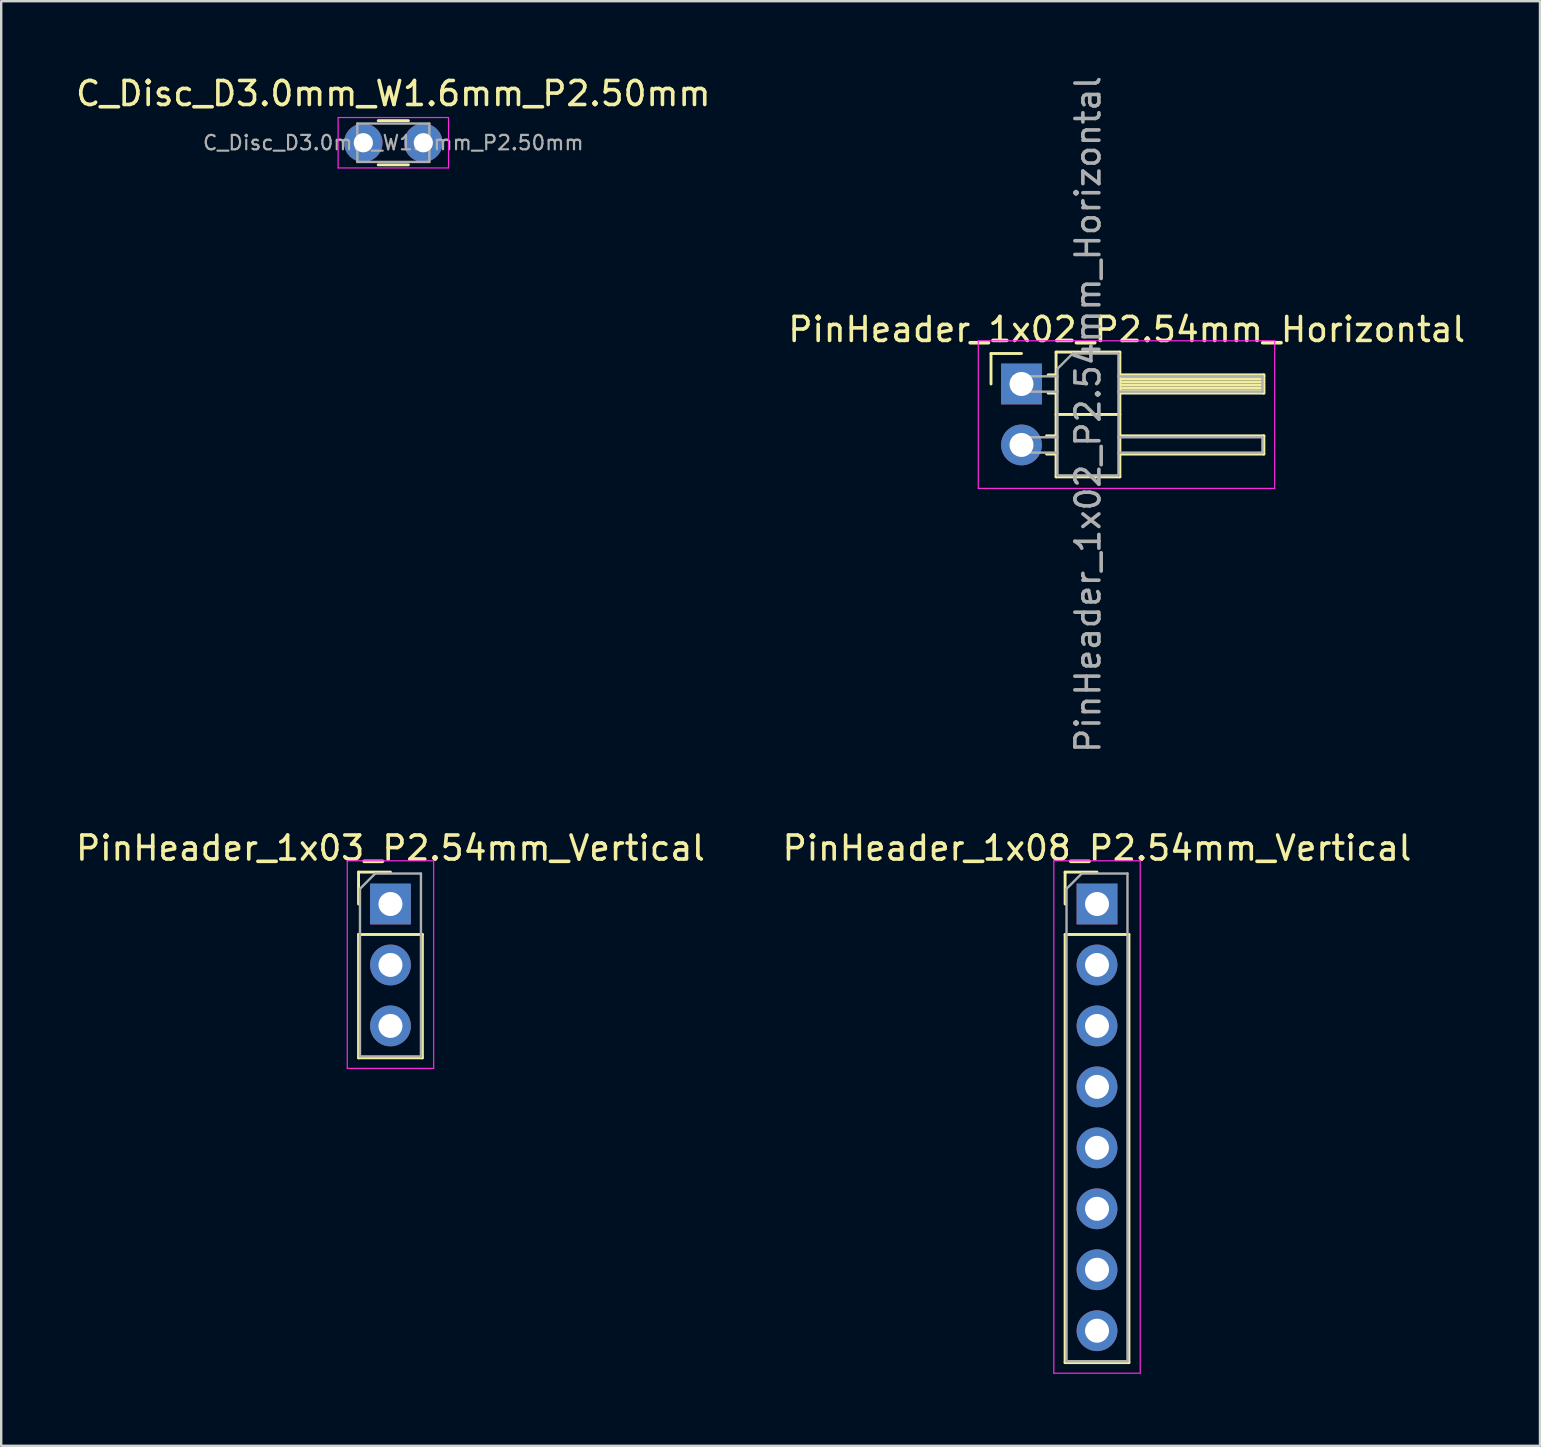
<source format=kicad_pcb>
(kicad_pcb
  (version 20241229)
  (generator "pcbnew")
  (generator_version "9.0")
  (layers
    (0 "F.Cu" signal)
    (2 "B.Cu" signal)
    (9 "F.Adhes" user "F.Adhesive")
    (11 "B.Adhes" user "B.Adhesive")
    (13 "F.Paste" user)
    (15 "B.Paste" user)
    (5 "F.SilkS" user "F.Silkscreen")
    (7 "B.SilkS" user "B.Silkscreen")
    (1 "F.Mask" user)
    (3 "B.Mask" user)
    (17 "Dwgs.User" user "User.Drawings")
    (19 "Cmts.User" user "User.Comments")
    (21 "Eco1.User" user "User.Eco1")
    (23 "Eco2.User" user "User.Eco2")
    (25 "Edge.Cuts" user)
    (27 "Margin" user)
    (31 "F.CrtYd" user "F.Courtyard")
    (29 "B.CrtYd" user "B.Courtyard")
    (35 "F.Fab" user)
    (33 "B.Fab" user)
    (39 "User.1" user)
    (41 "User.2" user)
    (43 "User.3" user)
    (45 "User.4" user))
  (footprint "PinHeader_1x08_P2.54mm_Vertical"
    (layer "F.Cu")
    (at 42.661 34.619)
    (property "Reference" "PinHeader_1x08_P2.54mm_Vertical" (at 0 -2.33 0) (layer "F.SilkS") (effects (font (size 1 1) (thickness 0.15))))
    (attr through_hole)
    (fp_line (start -1.33 -1.33) (end 0 -1.33) (stroke (width 0.12) (type solid)) (layer "F.SilkS"))
    (fp_line (start -1.33 0) (end -1.33 -1.33) (stroke (width 0.12) (type solid)) (layer "F.SilkS"))
    (fp_line (start -1.33 1.27) (end -1.33 19.11) (stroke (width 0.12) (type solid)) (layer "F.SilkS"))
    (fp_line (start -1.33 1.27) (end 1.33 1.27) (stroke (width 0.12) (type solid)) (layer "F.SilkS"))
    (fp_line (start -1.33 19.11) (end 1.33 19.11) (stroke (width 0.12) (type solid)) (layer "F.SilkS"))
    (fp_line (start 1.33 1.27) (end 1.33 19.11) (stroke (width 0.12) (type solid)) (layer "F.SilkS"))
    (fp_line (start -1.8 -1.8) (end -1.8 19.55) (stroke (width 0.05) (type solid)) (layer "F.CrtYd"))
    (fp_line (start -1.8 19.55) (end 1.8 19.55) (stroke (width 0.05) (type solid)) (layer "F.CrtYd"))
    (fp_line (start 1.8 -1.8) (end -1.8 -1.8) (stroke (width 0.05) (type solid)) (layer "F.CrtYd"))
    (fp_line (start 1.8 19.55) (end 1.8 -1.8) (stroke (width 0.05) (type solid)) (layer "F.CrtYd"))
    (fp_line (start -1.27 -0.635) (end -0.635 -1.27) (stroke (width 0.1) (type solid)) (layer "F.Fab"))
    (fp_line (start -1.27 19.05) (end -1.27 -0.635) (stroke (width 0.1) (type solid)) (layer "F.Fab"))
    (fp_line (start -0.635 -1.27) (end 1.27 -1.27) (stroke (width 0.1) (type solid)) (layer "F.Fab"))
    (fp_line (start 1.27 -1.27) (end 1.27 19.05) (stroke (width 0.1) (type solid)) (layer "F.Fab"))
    (fp_line (start 1.27 19.05) (end -1.27 19.05) (stroke (width 0.1) (type solid)) (layer "F.Fab"))
    (pad "1" thru_hole rect (at 0 0) (size 1.7 1.7) (drill 1) (layers "*.Cu" "*.Mask"))
    (pad "2" thru_hole oval (at 0 2.54) (size 1.7 1.7) (drill 1) (layers "*.Cu" "*.Mask"))
    (pad "3" thru_hole oval (at 0 5.08) (size 1.7 1.7) (drill 1) (layers "*.Cu" "*.Mask"))
    (pad "4" thru_hole oval (at 0 7.62) (size 1.7 1.7) (drill 1) (layers "*.Cu" "*.Mask"))
    (pad "5" thru_hole oval (at 0 10.16) (size 1.7 1.7) (drill 1) (layers "*.Cu" "*.Mask"))
    (pad "6" thru_hole oval (at 0 12.7) (size 1.7 1.7) (drill 1) (layers "*.Cu" "*.Mask"))
    (pad "7" thru_hole oval (at 0 15.24) (size 1.7 1.7) (drill 1) (layers "*.Cu" "*.Mask"))
    (pad "8" thru_hole oval (at 0 17.78) (size 1.7 1.7) (drill 1) (layers "*.Cu" "*.Mask")))
  (footprint "PinHeader_1x03_P2.54mm_Vertical"
    (layer "F.Cu")
    (at 13.22 34.619)
    (property "Reference" "PinHeader_1x03_P2.54mm_Vertical" (at 0 -2.33 0) (layer "F.SilkS") (effects (font (size 1 1) (thickness 0.15))))
    (attr through_hole)
    (fp_line (start -1.33 -1.33) (end 0 -1.33) (stroke (width 0.12) (type solid)) (layer "F.SilkS"))
    (fp_line (start -1.33 0) (end -1.33 -1.33) (stroke (width 0.12) (type solid)) (layer "F.SilkS"))
    (fp_line (start -1.33 1.27) (end -1.33 6.41) (stroke (width 0.12) (type solid)) (layer "F.SilkS"))
    (fp_line (start -1.33 1.27) (end 1.33 1.27) (stroke (width 0.12) (type solid)) (layer "F.SilkS"))
    (fp_line (start -1.33 6.41) (end 1.33 6.41) (stroke (width 0.12) (type solid)) (layer "F.SilkS"))
    (fp_line (start 1.33 1.27) (end 1.33 6.41) (stroke (width 0.12) (type solid)) (layer "F.SilkS"))
    (fp_line (start -1.8 -1.8) (end -1.8 6.85) (stroke (width 0.05) (type solid)) (layer "F.CrtYd"))
    (fp_line (start -1.8 6.85) (end 1.8 6.85) (stroke (width 0.05) (type solid)) (layer "F.CrtYd"))
    (fp_line (start 1.8 -1.8) (end -1.8 -1.8) (stroke (width 0.05) (type solid)) (layer "F.CrtYd"))
    (fp_line (start 1.8 6.85) (end 1.8 -1.8) (stroke (width 0.05) (type solid)) (layer "F.CrtYd"))
    (fp_line (start -1.27 -0.635) (end -0.635 -1.27) (stroke (width 0.1) (type solid)) (layer "F.Fab"))
    (fp_line (start -1.27 6.35) (end -1.27 -0.635) (stroke (width 0.1) (type solid)) (layer "F.Fab"))
    (fp_line (start -0.635 -1.27) (end 1.27 -1.27) (stroke (width 0.1) (type solid)) (layer "F.Fab"))
    (fp_line (start 1.27 -1.27) (end 1.27 6.35) (stroke (width 0.1) (type solid)) (layer "F.Fab"))
    (fp_line (start 1.27 6.35) (end -1.27 6.35) (stroke (width 0.1) (type solid)) (layer "F.Fab"))
    (pad "1" thru_hole rect (at 0 0) (size 1.7 1.7) (drill 1) (layers "*.Cu" "*.Mask"))
    (pad "2" thru_hole oval (at 0 2.54) (size 1.7 1.7) (drill 1) (layers "*.Cu" "*.Mask"))
    (pad "3" thru_hole oval (at 0 5.08) (size 1.7 1.7) (drill 1) (layers "*.Cu" "*.Mask")))
  (footprint "PinHeader_1x02_P2.54mm_Horizontal"
    (layer "F.Cu")
    (at 39.514 12.95)
    (property "Reference" "PinHeader_1x02_P2.54mm_Horizontal" (at 4.385 -2.27 0) (layer "F.SilkS") (effects (font (size 1 1) (thickness 0.15))))
    (attr through_hole)
    (fp_line (start -1.27 -1.27) (end 0 -1.27) (stroke (width 0.12) (type solid)) (layer "F.SilkS"))
    (fp_line (start -1.27 0) (end -1.27 -1.27) (stroke (width 0.12) (type solid)) (layer "F.SilkS"))
    (fp_line (start 1.043 2.16) (end 1.44 2.16) (stroke (width 0.12) (type solid)) (layer "F.SilkS"))
    (fp_line (start 1.043 2.92) (end 1.44 2.92) (stroke (width 0.12) (type solid)) (layer "F.SilkS"))
    (fp_line (start 1.11 -0.38) (end 1.44 -0.38) (stroke (width 0.12) (type solid)) (layer "F.SilkS"))
    (fp_line (start 1.11 0.38) (end 1.44 0.38) (stroke (width 0.12) (type solid)) (layer "F.SilkS"))
    (fp_line (start 1.44 -1.33) (end 1.44 3.87) (stroke (width 0.12) (type solid)) (layer "F.SilkS"))
    (fp_line (start 1.44 1.27) (end 4.1 1.27) (stroke (width 0.12) (type solid)) (layer "F.SilkS"))
    (fp_line (start 1.44 3.87) (end 4.1 3.87) (stroke (width 0.12) (type solid)) (layer "F.SilkS"))
    (fp_line (start 4.1 -1.33) (end 1.44 -1.33) (stroke (width 0.12) (type solid)) (layer "F.SilkS"))
    (fp_line (start 4.1 -0.38) (end 10.1 -0.38) (stroke (width 0.12) (type solid)) (layer "F.SilkS"))
    (fp_line (start 4.1 -0.32) (end 10.1 -0.32) (stroke (width 0.12) (type solid)) (layer "F.SilkS"))
    (fp_line (start 4.1 -0.2) (end 10.1 -0.2) (stroke (width 0.12) (type solid)) (layer "F.SilkS"))
    (fp_line (start 4.1 -0.08) (end 10.1 -0.08) (stroke (width 0.12) (type solid)) (layer "F.SilkS"))
    (fp_line (start 4.1 0.04) (end 10.1 0.04) (stroke (width 0.12) (type solid)) (layer "F.SilkS"))
    (fp_line (start 4.1 0.16) (end 10.1 0.16) (stroke (width 0.12) (type solid)) (layer "F.SilkS"))
    (fp_line (start 4.1 0.28) (end 10.1 0.28) (stroke (width 0.12) (type solid)) (layer "F.SilkS"))
    (fp_line (start 4.1 2.16) (end 10.1 2.16) (stroke (width 0.12) (type solid)) (layer "F.SilkS"))
    (fp_line (start 4.1 3.87) (end 4.1 -1.33) (stroke (width 0.12) (type solid)) (layer "F.SilkS"))
    (fp_line (start 10.1 -0.38) (end 10.1 0.38) (stroke (width 0.12) (type solid)) (layer "F.SilkS"))
    (fp_line (start 10.1 0.38) (end 4.1 0.38) (stroke (width 0.12) (type solid)) (layer "F.SilkS"))
    (fp_line (start 10.1 2.16) (end 10.1 2.92) (stroke (width 0.12) (type solid)) (layer "F.SilkS"))
    (fp_line (start 10.1 2.92) (end 4.1 2.92) (stroke (width 0.12) (type solid)) (layer "F.SilkS"))
    (fp_line (start -1.8 -1.8) (end -1.8 4.35) (stroke (width 0.05) (type solid)) (layer "F.CrtYd"))
    (fp_line (start -1.8 4.35) (end 10.55 4.35) (stroke (width 0.05) (type solid)) (layer "F.CrtYd"))
    (fp_line (start 10.55 -1.8) (end -1.8 -1.8) (stroke (width 0.05) (type solid)) (layer "F.CrtYd"))
    (fp_line (start 10.55 4.35) (end 10.55 -1.8) (stroke (width 0.05) (type solid)) (layer "F.CrtYd"))
    (fp_line (start -0.32 -0.32) (end -0.32 0.32) (stroke (width 0.1) (type solid)) (layer "F.Fab"))
    (fp_line (start -0.32 -0.32) (end 1.5 -0.32) (stroke (width 0.1) (type solid)) (layer "F.Fab"))
    (fp_line (start -0.32 0.32) (end 1.5 0.32) (stroke (width 0.1) (type solid)) (layer "F.Fab"))
    (fp_line (start -0.32 2.22) (end -0.32 2.86) (stroke (width 0.1) (type solid)) (layer "F.Fab"))
    (fp_line (start -0.32 2.22) (end 1.5 2.22) (stroke (width 0.1) (type solid)) (layer "F.Fab"))
    (fp_line (start -0.32 2.86) (end 1.5 2.86) (stroke (width 0.1) (type solid)) (layer "F.Fab"))
    (fp_line (start 1.5 -0.635) (end 2.135 -1.27) (stroke (width 0.1) (type solid)) (layer "F.Fab"))
    (fp_line (start 1.5 3.81) (end 1.5 -0.635) (stroke (width 0.1) (type solid)) (layer "F.Fab"))
    (fp_line (start 2.135 -1.27) (end 4.04 -1.27) (stroke (width 0.1) (type solid)) (layer "F.Fab"))
    (fp_line (start 4.04 -1.27) (end 4.04 3.81) (stroke (width 0.1) (type solid)) (layer "F.Fab"))
    (fp_line (start 4.04 -0.32) (end 10.04 -0.32) (stroke (width 0.1) (type solid)) (layer "F.Fab"))
    (fp_line (start 4.04 0.32) (end 10.04 0.32) (stroke (width 0.1) (type solid)) (layer "F.Fab"))
    (fp_line (start 4.04 2.22) (end 10.04 2.22) (stroke (width 0.1) (type solid)) (layer "F.Fab"))
    (fp_line (start 4.04 2.86) (end 10.04 2.86) (stroke (width 0.1) (type solid)) (layer "F.Fab"))
    (fp_line (start 4.04 3.81) (end 1.5 3.81) (stroke (width 0.1) (type solid)) (layer "F.Fab"))
    (fp_line (start 10.04 -0.32) (end 10.04 0.32) (stroke (width 0.1) (type solid)) (layer "F.Fab"))
    (fp_line (start 10.04 2.22) (end 10.04 2.86) (stroke (width 0.1) (type solid)) (layer "F.Fab"))
    (fp_text user "${REFERENCE}" (at 2.77 1.27 90) (layer "F.Fab") (effects (font (size 1 1) (thickness 0.15))))
    (pad "1" thru_hole rect (at 0 0) (size 1.7 1.7) (drill 1) (layers "*.Cu" "*.Mask"))
    (pad "2" thru_hole oval (at 0 2.54) (size 1.7 1.7) (drill 1) (layers "*.Cu" "*.Mask")))
  (footprint "C_Disc_D3.0mm_W1.6mm_P2.50mm"
    (layer "F.Cu")
    (at 12.089 2.898)
    (property "Reference" "C_Disc_D3.0mm_W1.6mm_P2.50mm" (at 1.25 -2.05 0) (layer "F.SilkS") (effects (font (size 1 1) (thickness 0.15))))
    (attr through_hole)
    (fp_line (start 0.621 -0.92) (end 1.879 -0.92) (stroke (width 0.12) (type solid)) (layer "F.SilkS"))
    (fp_line (start 0.621 0.92) (end 1.879 0.92) (stroke (width 0.12) (type solid)) (layer "F.SilkS"))
    (fp_line (start -1.05 -1.05) (end -1.05 1.05) (stroke (width 0.05) (type solid)) (layer "F.CrtYd"))
    (fp_line (start -1.05 1.05) (end 3.55 1.05) (stroke (width 0.05) (type solid)) (layer "F.CrtYd"))
    (fp_line (start 3.55 -1.05) (end -1.05 -1.05) (stroke (width 0.05) (type solid)) (layer "F.CrtYd"))
    (fp_line (start 3.55 1.05) (end 3.55 -1.05) (stroke (width 0.05) (type solid)) (layer "F.CrtYd"))
    (fp_line (start -0.25 -0.8) (end -0.25 0.8) (stroke (width 0.1) (type solid)) (layer "F.Fab"))
    (fp_line (start -0.25 0.8) (end 2.75 0.8) (stroke (width 0.1) (type solid)) (layer "F.Fab"))
    (fp_line (start 2.75 -0.8) (end -0.25 -0.8) (stroke (width 0.1) (type solid)) (layer "F.Fab"))
    (fp_line (start 2.75 0.8) (end 2.75 -0.8) (stroke (width 0.1) (type solid)) (layer "F.Fab"))
    (fp_text user "${REFERENCE}" (at 1.25 0 0) (layer "F.Fab") (effects (font (size 0.6 0.6) (thickness 0.09))))
    (pad "1" thru_hole circle (at 0 0) (size 1.6 1.6) (drill 0.8) (layers "*.Cu" "*.Mask"))
    (pad "2" thru_hole circle (at 2.5 0) (size 1.6 1.6) (drill 0.8) (layers "*.Cu" "*.Mask")))
  (gr_rect
    (start -3 -3)
    (end 61.119 57.194)
    (stroke (width 0.1) (type default))
    (fill no)
    (layer "Edge.Cuts")))
</source>
